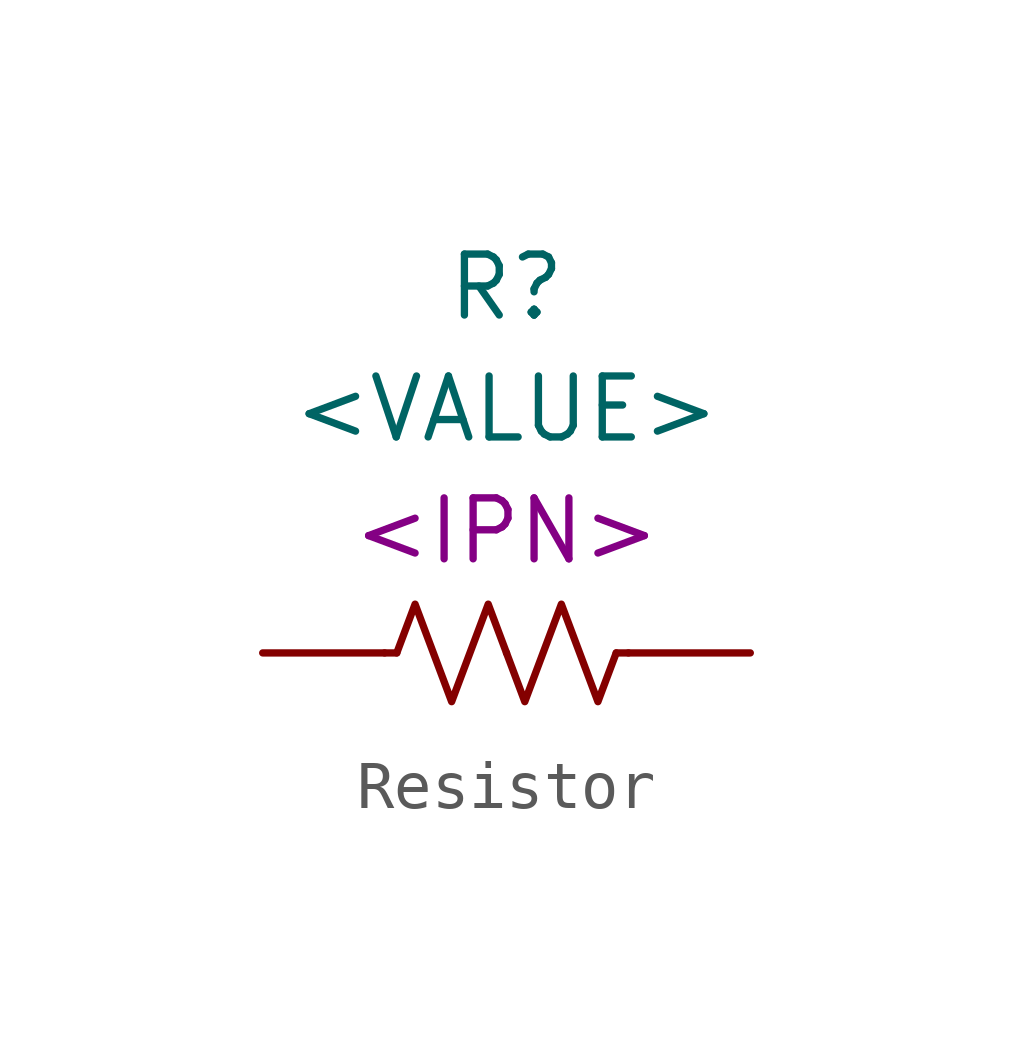
<source format=kicad_sym>
(kicad_symbol_lib
  (version 20241209)
  (generator "kicad_symbol_editor")
  (generator_version "9.0")
  (symbol "Resistor"
    (pin_numbers
      (hide yes))
    (pin_names
      (offset 0)
      (hide yes))
    (property "Reference" "R"
      (at 0 7.62 0)
      (effects (font (size 1.27 1.27))))
    (property "Value" "<VALUE>"
      (at 0 5.08 0)
      (effects (font (size 1.27 1.27))))
    (property "IPN" "<IPN>"
      (at 0 2.54 0)
      (effects (font (size 1.27 1.27))))
    (symbol "Resistor_0_1"
      (polyline (pts (xy -2.54 0) (xy -2.286 0)) (stroke (width 0) (type default)) (fill (type none)))
      (polyline (pts (xy 0 0) (xy -0.381 1.016) (xy -1.143 -1.016) (xy -1.905 1.016) (xy -2.286 0)) (stroke (width 0) (type default)) (fill (type none)))
      (polyline (pts (xy 0 0) (xy 0.381 -1.016) (xy 1.143 1.016) (xy 1.905 -1.016) (xy 2.286 0)) (stroke (width 0) (type default)) (fill (type none)))
      (polyline (pts (xy 2.286 0) (xy 2.54 0)) (stroke (width 0) (type default)) (fill (type none))))
    (symbol "Resistor_1_1"
      (pin passive line (at -5.08 0 0) (length 2.54) (name "1" (effects (font (size 1.27 1.27)))) (number "1" (effects (font (size 1.27 1.27)))))
      (pin passive line (at 5.08 0 180) (length 2.54) (name "2" (effects (font (size 1.27 1.27)))) (number "2" (effects (font (size 1.27 1.27))))))))
</source>
